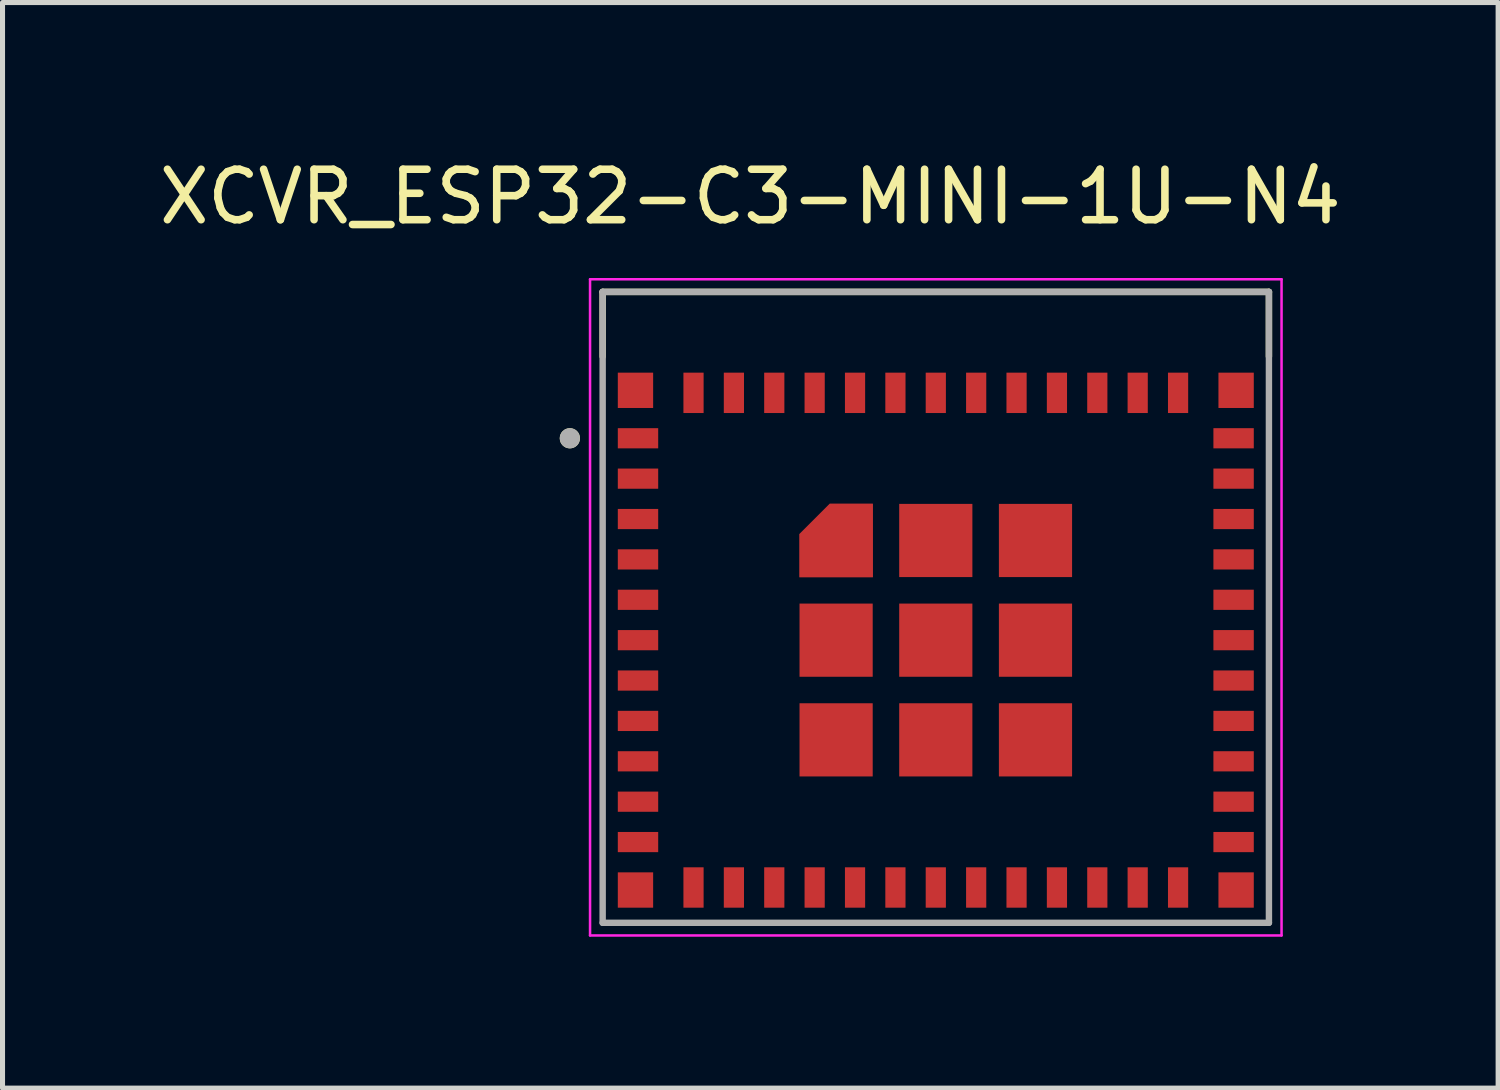
<source format=kicad_pcb>
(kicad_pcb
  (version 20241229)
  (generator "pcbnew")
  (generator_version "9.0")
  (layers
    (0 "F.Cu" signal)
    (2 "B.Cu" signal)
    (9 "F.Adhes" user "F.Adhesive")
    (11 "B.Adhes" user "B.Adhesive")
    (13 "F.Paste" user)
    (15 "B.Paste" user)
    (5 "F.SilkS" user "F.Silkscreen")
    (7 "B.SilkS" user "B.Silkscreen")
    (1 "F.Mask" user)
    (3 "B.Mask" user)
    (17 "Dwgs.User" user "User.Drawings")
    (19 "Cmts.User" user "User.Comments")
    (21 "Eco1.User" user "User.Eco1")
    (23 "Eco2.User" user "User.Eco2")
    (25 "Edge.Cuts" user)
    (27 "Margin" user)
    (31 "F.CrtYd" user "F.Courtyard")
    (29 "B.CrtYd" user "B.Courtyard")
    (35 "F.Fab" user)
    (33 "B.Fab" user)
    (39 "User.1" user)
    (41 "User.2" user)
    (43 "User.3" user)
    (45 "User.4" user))
  (footprint "XCVR_ESP32-C3-MINI-1U-N4"
    (layer "F.Cu")
    (at 15.49 9.633)
    (property "Reference" "XCVR_ESP32-C3-MINI-1U-N4" (at -3.675 -8.785 0) (layer "F.SilkS") (effects (font (size 1 1) (thickness 0.15))))
    (attr smd)
    (fp_poly (pts (xy -1.15 -1.15) (xy -2.8 -1.15) (xy -2.8 -2.14) (xy -2.14 -2.8) (xy -1.15 -2.8)) (stroke (width 0.01) (type solid)) (fill yes) (layer "F.Mask"))
    (fp_line (start -6.6 -6.9) (end 6.6 -6.9) (stroke (width 0.127) (type solid)) (layer "F.SilkS"))
    (fp_line (start -6.6 -5.62) (end -6.6 -6.9) (stroke (width 0.127) (type solid)) (layer "F.SilkS"))
    (fp_line (start 6.6 -6.9) (end 6.6 -5.62) (stroke (width 0.127) (type solid)) (layer "F.SilkS"))
    (fp_circle (center -7.25 -4) (end -7.15 -4) (stroke (width 0.2) (type solid)) (fill no) (layer "F.SilkS"))
    (fp_poly (pts (xy -1.25 -1.25) (xy -2.7 -1.25) (xy -2.7 -2.1) (xy -2.1 -2.7) (xy -1.25 -2.7)) (stroke (width 0.01) (type solid)) (fill yes) (layer "F.Paste"))
    (fp_line (start -6.85 -7.15) (end -6.85 5.85) (stroke (width 0.05) (type solid)) (layer "F.CrtYd"))
    (fp_line (start -6.85 5.85) (end 6.85 5.85) (stroke (width 0.05) (type solid)) (layer "F.CrtYd"))
    (fp_line (start 6.85 -7.15) (end -6.85 -7.15) (stroke (width 0.05) (type solid)) (layer "F.CrtYd"))
    (fp_line (start 6.85 5.85) (end 6.85 -7.15) (stroke (width 0.05) (type solid)) (layer "F.CrtYd"))
    (fp_line (start -6.6 -6.9) (end 6.6 -6.9) (stroke (width 0.127) (type solid)) (layer "F.Fab"))
    (fp_line (start -6.6 5.6) (end -6.6 -6.9) (stroke (width 0.127) (type solid)) (layer "F.Fab"))
    (fp_line (start 6.6 -6.9) (end 6.6 5.6) (stroke (width 0.127) (type solid)) (layer "F.Fab"))
    (fp_line (start 6.6 5.6) (end -6.6 5.6) (stroke (width 0.127) (type solid)) (layer "F.Fab"))
    (fp_circle (center -7.25 -4) (end -7.15 -4) (stroke (width 0.2) (type solid)) (fill no) (layer "F.Fab"))
    (pad "1" smd rect (at -5.9 -4) (size 0.8 0.4) (layers "F.Cu" "F.Mask" "F.Paste"))
    (pad "2" smd rect (at -5.9 -3.2) (size 0.8 0.4) (layers "F.Cu" "F.Mask" "F.Paste"))
    (pad "3" smd rect (at -5.9 -2.4) (size 0.8 0.4) (layers "F.Cu" "F.Mask" "F.Paste"))
    (pad "4" smd rect (at -5.9 -1.6) (size 0.8 0.4) (layers "F.Cu" "F.Mask" "F.Paste"))
    (pad "5" smd rect (at -5.9 -0.8) (size 0.8 0.4) (layers "F.Cu" "F.Mask" "F.Paste"))
    (pad "6" smd rect (at -5.9 0) (size 0.8 0.4) (layers "F.Cu" "F.Mask" "F.Paste"))
    (pad "7" smd rect (at -5.9 0.8) (size 0.8 0.4) (layers "F.Cu" "F.Mask" "F.Paste"))
    (pad "8" smd rect (at -5.9 1.6) (size 0.8 0.4) (layers "F.Cu" "F.Mask" "F.Paste"))
    (pad "9" smd rect (at -5.9 2.4) (size 0.8 0.4) (layers "F.Cu" "F.Mask" "F.Paste"))
    (pad "10" smd rect (at -5.9 3.2) (size 0.8 0.4) (layers "F.Cu" "F.Mask" "F.Paste"))
    (pad "11" smd rect (at -5.9 4) (size 0.8 0.4) (layers "F.Cu" "F.Mask" "F.Paste"))
    (pad "12" smd rect (at -4.8 4.9) (size 0.4 0.8) (layers "F.Cu" "F.Mask" "F.Paste"))
    (pad "13" smd rect (at -4 4.9) (size 0.4 0.8) (layers "F.Cu" "F.Mask" "F.Paste"))
    (pad "14" smd rect (at -3.2 4.9) (size 0.4 0.8) (layers "F.Cu" "F.Mask" "F.Paste"))
    (pad "15" smd rect (at -2.4 4.9) (size 0.4 0.8) (layers "F.Cu" "F.Mask" "F.Paste"))
    (pad "16" smd rect (at -1.6 4.9) (size 0.4 0.8) (layers "F.Cu" "F.Mask" "F.Paste"))
    (pad "17" smd rect (at -0.8 4.9) (size 0.4 0.8) (layers "F.Cu" "F.Mask" "F.Paste"))
    (pad "18" smd rect (at 0 4.9) (size 0.4 0.8) (layers "F.Cu" "F.Mask" "F.Paste"))
    (pad "19" smd rect (at 0.8 4.9) (size 0.4 0.8) (layers "F.Cu" "F.Mask" "F.Paste"))
    (pad "20" smd rect (at 1.6 4.9) (size 0.4 0.8) (layers "F.Cu" "F.Mask" "F.Paste"))
    (pad "21" smd rect (at 2.4 4.9) (size 0.4 0.8) (layers "F.Cu" "F.Mask" "F.Paste"))
    (pad "22" smd rect (at 3.2 4.9) (size 0.4 0.8) (layers "F.Cu" "F.Mask" "F.Paste"))
    (pad "23" smd rect (at 4 4.9) (size 0.4 0.8) (layers "F.Cu" "F.Mask" "F.Paste"))
    (pad "24" smd rect (at 4.8 4.9) (size 0.4 0.8) (layers "F.Cu" "F.Mask" "F.Paste"))
    (pad "25" smd rect (at 5.9 4) (size 0.8 0.4) (layers "F.Cu" "F.Mask" "F.Paste"))
    (pad "26" smd rect (at 5.9 3.2) (size 0.8 0.4) (layers "F.Cu" "F.Mask" "F.Paste"))
    (pad "27" smd rect (at 5.9 2.4) (size 0.8 0.4) (layers "F.Cu" "F.Mask" "F.Paste"))
    (pad "28" smd rect (at 5.9 1.6) (size 0.8 0.4) (layers "F.Cu" "F.Mask" "F.Paste"))
    (pad "29" smd rect (at 5.9 0.8) (size 0.8 0.4) (layers "F.Cu" "F.Mask" "F.Paste"))
    (pad "30" smd rect (at 5.9 0) (size 0.8 0.4) (layers "F.Cu" "F.Mask" "F.Paste"))
    (pad "31" smd rect (at 5.9 -0.8) (size 0.8 0.4) (layers "F.Cu" "F.Mask" "F.Paste"))
    (pad "32" smd rect (at 5.9 -1.6) (size 0.8 0.4) (layers "F.Cu" "F.Mask" "F.Paste"))
    (pad "33" smd rect (at 5.9 -2.4) (size 0.8 0.4) (layers "F.Cu" "F.Mask" "F.Paste"))
    (pad "34" smd rect (at 5.9 -3.2) (size 0.8 0.4) (layers "F.Cu" "F.Mask" "F.Paste"))
    (pad "35" smd rect (at 5.9 -4) (size 0.8 0.4) (layers "F.Cu" "F.Mask" "F.Paste"))
    (pad "36" smd rect (at 4.8 -4.9) (size 0.4 0.8) (layers "F.Cu" "F.Mask" "F.Paste"))
    (pad "37" smd rect (at 4 -4.9) (size 0.4 0.8) (layers "F.Cu" "F.Mask" "F.Paste"))
    (pad "38" smd rect (at 3.2 -4.9) (size 0.4 0.8) (layers "F.Cu" "F.Mask" "F.Paste"))
    (pad "39" smd rect (at 2.4 -4.9) (size 0.4 0.8) (layers "F.Cu" "F.Mask" "F.Paste"))
    (pad "40" smd rect (at 1.6 -4.9) (size 0.4 0.8) (layers "F.Cu" "F.Mask" "F.Paste"))
    (pad "41" smd rect (at 0.8 -4.9) (size 0.4 0.8) (layers "F.Cu" "F.Mask" "F.Paste"))
    (pad "42" smd rect (at 0 -4.9) (size 0.4 0.8) (layers "F.Cu" "F.Mask" "F.Paste"))
    (pad "43" smd rect (at -0.8 -4.9) (size 0.4 0.8) (layers "F.Cu" "F.Mask" "F.Paste"))
    (pad "44" smd rect (at -1.6 -4.9) (size 0.4 0.8) (layers "F.Cu" "F.Mask" "F.Paste"))
    (pad "45" smd rect (at -2.4 -4.9) (size 0.4 0.8) (layers "F.Cu" "F.Mask" "F.Paste"))
    (pad "46" smd rect (at -3.2 -4.9) (size 0.4 0.8) (layers "F.Cu" "F.Mask" "F.Paste"))
    (pad "47" smd rect (at -4 -4.9) (size 0.4 0.8) (layers "F.Cu" "F.Mask" "F.Paste"))
    (pad "48" smd rect (at -4.8 -4.9) (size 0.4 0.8) (layers "F.Cu" "F.Mask" "F.Paste"))
    (pad "49_1" smd custom (at -1.975 -1.975) (size 0.6 0.6) (layers "F.Cu") (options (anchor rect)) (primitives (gr_poly (pts (xy 0.725 0.725) (xy -0.725 0.725) (xy -0.725 -0.125) (xy -0.125 -0.725) (xy 0.725 -0.725)) (width 0.01) (fill yes))))
    (pad "49_2" smd rect (at 0 -1.975) (size 1.45 1.45) (layers "F.Cu" "F.Mask" "F.Paste"))
    (pad "49_3" smd rect (at 1.975 -1.975) (size 1.45 1.45) (layers "F.Cu" "F.Mask" "F.Paste"))
    (pad "49_4" smd rect (at 1.975 0) (size 1.45 1.45) (layers "F.Cu" "F.Mask" "F.Paste"))
    (pad "49_5" smd rect (at 1.975 1.975) (size 1.45 1.45) (layers "F.Cu" "F.Mask" "F.Paste"))
    (pad "49_6" smd rect (at 0 1.975) (size 1.45 1.45) (layers "F.Cu" "F.Mask" "F.Paste"))
    (pad "49_7" smd rect (at -1.975 1.975) (size 1.45 1.45) (layers "F.Cu" "F.Mask" "F.Paste"))
    (pad "49_8" smd rect (at -1.975 0) (size 1.45 1.45) (layers "F.Cu" "F.Mask" "F.Paste"))
    (pad "49_9" smd rect (at 0 0) (size 1.45 1.45) (layers "F.Cu" "F.Mask" "F.Paste"))
    (pad "50" smd rect (at 5.95 -4.95) (size 0.7 0.7) (layers "F.Cu" "F.Mask" "F.Paste"))
    (pad "51" smd rect (at 5.95 4.95) (size 0.7 0.7) (layers "F.Cu" "F.Mask" "F.Paste"))
    (pad "52" smd rect (at -5.95 4.95) (size 0.7 0.7) (layers "F.Cu" "F.Mask" "F.Paste"))
    (pad "53" smd rect (at -5.95 -4.95) (size 0.7 0.7) (layers "F.Cu" "F.Mask" "F.Paste")))
  (gr_rect
    (start -3 -3)
    (end 26.631 18.508)
    (stroke (width 0.1) (type default))
    (fill no)
    (layer "Edge.Cuts")))
</source>
